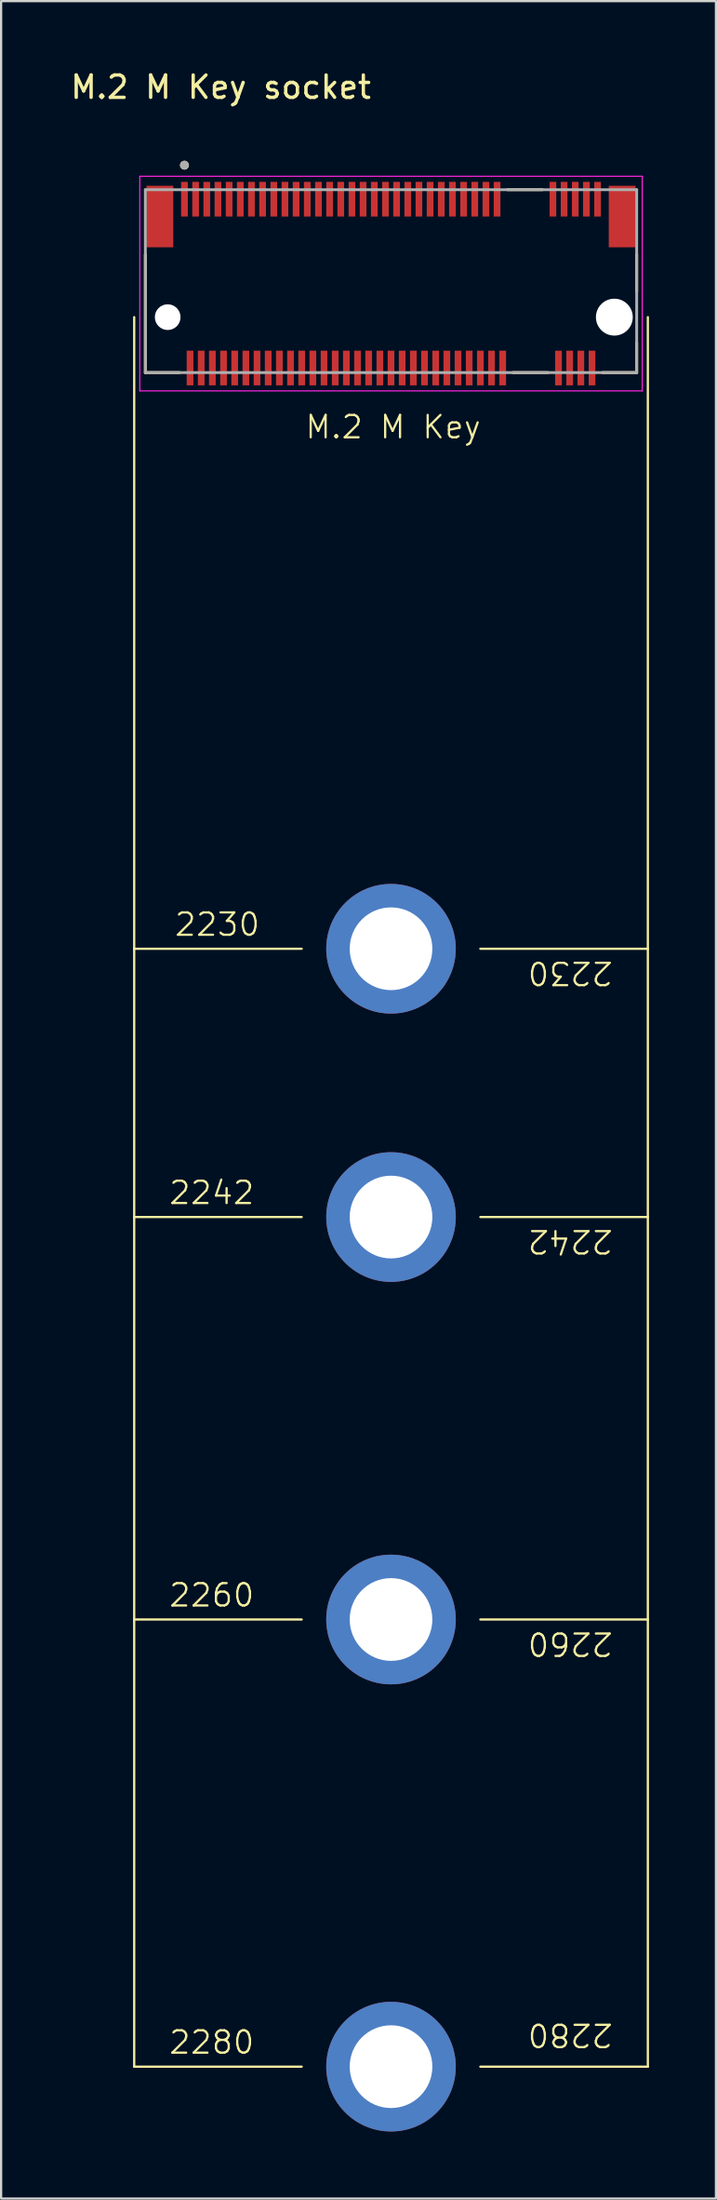
<source format=kicad_pcb>
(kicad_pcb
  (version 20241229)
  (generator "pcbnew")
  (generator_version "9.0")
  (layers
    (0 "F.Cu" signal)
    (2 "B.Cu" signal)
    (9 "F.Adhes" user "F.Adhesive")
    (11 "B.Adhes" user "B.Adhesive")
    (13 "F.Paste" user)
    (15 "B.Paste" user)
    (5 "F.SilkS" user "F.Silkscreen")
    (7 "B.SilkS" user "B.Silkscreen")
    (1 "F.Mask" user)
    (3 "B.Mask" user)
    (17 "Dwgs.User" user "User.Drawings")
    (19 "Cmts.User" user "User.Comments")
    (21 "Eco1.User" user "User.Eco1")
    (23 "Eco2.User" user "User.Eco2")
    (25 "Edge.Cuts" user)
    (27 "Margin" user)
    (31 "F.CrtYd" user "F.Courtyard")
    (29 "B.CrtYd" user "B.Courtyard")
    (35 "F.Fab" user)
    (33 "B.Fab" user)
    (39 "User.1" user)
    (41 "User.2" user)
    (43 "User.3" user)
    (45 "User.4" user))
  (footprint "M.2 M Key socket"
    (layer "F.Cu")
    (at 14.459 11.135)
    (property "Reference" "M.2 M Key socket" (at -7.62 -10.287 0) (layer "F.SilkS") (effects (font (size 1 1) (thickness 0.15))))
    (fp_line (start -11.5 0) (end -11.5 78.25) (stroke (width 0.1) (type default)) (layer "F.SilkS"))
    (fp_line (start -11.5 28.25) (end -4 28.25) (stroke (width 0.1) (type default)) (layer "F.SilkS"))
    (fp_line (start -11.5 40.25) (end -4 40.25) (stroke (width 0.1) (type default)) (layer "F.SilkS"))
    (fp_line (start -11.5 58.25) (end -4 58.25) (stroke (width 0.1) (type default)) (layer "F.SilkS"))
    (fp_line (start -11.5 78.25) (end -4 78.25) (stroke (width 0.1) (type default)) (layer "F.SilkS"))
    (fp_line (start -11 2.48) (end -11 -2.805) (stroke (width 0.127) (type solid)) (layer "F.SilkS"))
    (fp_line (start -9.47 2.48) (end -11 2.48) (stroke (width 0.127) (type solid)) (layer "F.SilkS"))
    (fp_line (start 4 28.25) (end 11.5 28.25) (stroke (width 0.1) (type default)) (layer "F.SilkS"))
    (fp_line (start 4 40.25) (end 11.5 40.25) (stroke (width 0.1) (type default)) (layer "F.SilkS"))
    (fp_line (start 4 58.25) (end 11.5 58.25) (stroke (width 0.1) (type default)) (layer "F.SilkS"))
    (fp_line (start 4 78.25) (end 11.5 78.25) (stroke (width 0.1) (type default)) (layer "F.SilkS"))
    (fp_line (start 5.213 -5.7) (end 6.777 -5.7) (stroke (width 0.127) (type solid)) (layer "F.SilkS"))
    (fp_line (start 5.463 2.48) (end 7.027 2.48) (stroke (width 0.127) (type solid)) (layer "F.SilkS"))
    (fp_line (start 11 -2.805) (end 11 -1.145) (stroke (width 0.127) (type solid)) (layer "F.SilkS"))
    (fp_line (start 11 2.48) (end 9.47 2.48) (stroke (width 0.127) (type solid)) (layer "F.SilkS"))
    (fp_line (start 11 2.48) (end 11 1.145) (stroke (width 0.127) (type solid)) (layer "F.SilkS"))
    (fp_line (start 11.5 78.25) (end 11.5 0) (stroke (width 0.1) (type default)) (layer "F.SilkS"))
    (fp_circle (center -9.25 -6.796) (end -9.15 -6.796) (stroke (width 0.2) (type solid)) (fill no) (layer "F.SilkS"))
    (fp_line (start -11.25 -6.3) (end -11.25 3.3) (stroke (width 0.05) (type solid)) (layer "F.CrtYd"))
    (fp_line (start -11.25 3.3) (end 11.25 3.3) (stroke (width 0.05) (type solid)) (layer "F.CrtYd"))
    (fp_line (start 11.25 -6.3) (end -11.25 -6.3) (stroke (width 0.05) (type solid)) (layer "F.CrtYd"))
    (fp_line (start 11.25 3.3) (end 11.25 -6.3) (stroke (width 0.05) (type solid)) (layer "F.CrtYd"))
    (fp_line (start -11 -5.7) (end 11 -5.7) (stroke (width 0.127) (type solid)) (layer "F.Fab"))
    (fp_line (start -11 2.48) (end -11 -5.7) (stroke (width 0.127) (type solid)) (layer "F.Fab"))
    (fp_line (start 11 -5.7) (end 11 2.48) (stroke (width 0.127) (type solid)) (layer "F.Fab"))
    (fp_line (start 11 2.48) (end -11 2.48) (stroke (width 0.127) (type solid)) (layer "F.Fab"))
    (fp_circle (center -9.25 -6.796) (end -9.15 -6.796) (stroke (width 0.2) (type solid)) (fill no) (layer "F.Fab"))
    (fp_text user "2280" (at -10 77.75 0) (unlocked yes) (layer "F.SilkS") (effects (font (size 1 1) (thickness 0.1)) (justify left bottom)))
    (fp_text user "2260" (at 10 58.75 180) (unlocked yes) (layer "F.SilkS") (effects (font (size 1 1) (thickness 0.1)) (justify left bottom)))
    (fp_text user "M.2 M Key" (at -3.9 5.5 0) (unlocked yes) (layer "F.SilkS") (effects (font (size 1 1) (thickness 0.1)) (justify left bottom)))
    (fp_text user "2242" (at 10 40.75 180) (unlocked yes) (layer "F.SilkS") (effects (font (size 1 1) (thickness 0.1)) (justify left bottom)))
    (fp_text user "2230" (at 10 28.75 180) (unlocked yes) (layer "F.SilkS") (effects (font (size 1 1) (thickness 0.1)) (justify left bottom)))
    (fp_text user "2260" (at -10 57.75 0) (unlocked yes) (layer "F.SilkS") (effects (font (size 1 1) (thickness 0.1)) (justify left bottom)))
    (fp_text user "2242" (at -10 39.75 0) (unlocked yes) (layer "F.SilkS") (effects (font (size 1 1) (thickness 0.1)) (justify left bottom)))
    (fp_text user "2280" (at 10 76.25 180) (unlocked yes) (layer "F.SilkS") (effects (font (size 1 1) (thickness 0.1)) (justify left bottom)))
    (fp_text user "2230" (at -9.75 27.75 0) (unlocked yes) (layer "F.SilkS") (effects (font (size 1 1) (thickness 0.1)) (justify left bottom)))
    (pad "" np_thru_hole circle (at -10 0) (size 1.15 1.15) (drill 1.15) (layers "*.Cu" "*.Mask"))
    (pad "" np_thru_hole circle (at 10 0) (size 1.65 1.65) (drill 1.65) (layers "*.Cu" "*.Mask"))
    (pad "1" smd rect (at -9.25 -5.275) (size 0.3 1.55) (layers "F.Cu" "F.Mask" "F.Paste"))
    (pad "2" smd rect (at -9 2.275) (size 0.3 1.55) (layers "F.Cu" "F.Mask" "F.Paste"))
    (pad "3" smd rect (at -8.75 -5.275) (size 0.3 1.55) (layers "F.Cu" "F.Mask" "F.Paste"))
    (pad "4" smd rect (at -8.5 2.275) (size 0.3 1.55) (layers "F.Cu" "F.Mask" "F.Paste"))
    (pad "5" smd rect (at -8.25 -5.275) (size 0.3 1.55) (layers "F.Cu" "F.Mask" "F.Paste"))
    (pad "6" smd rect (at -8 2.275) (size 0.3 1.55) (layers "F.Cu" "F.Mask" "F.Paste"))
    (pad "7" smd rect (at -7.75 -5.275) (size 0.3 1.55) (layers "F.Cu" "F.Mask" "F.Paste"))
    (pad "8" smd rect (at -7.5 2.275) (size 0.3 1.55) (layers "F.Cu" "F.Mask" "F.Paste"))
    (pad "9" smd rect (at -7.25 -5.275) (size 0.3 1.55) (layers "F.Cu" "F.Mask" "F.Paste"))
    (pad "10" smd rect (at -7 2.275) (size 0.3 1.55) (layers "F.Cu" "F.Mask" "F.Paste"))
    (pad "11" smd rect (at -6.75 -5.275) (size 0.3 1.55) (layers "F.Cu" "F.Mask" "F.Paste"))
    (pad "12" smd rect (at -6.5 2.275) (size 0.3 1.55) (layers "F.Cu" "F.Mask" "F.Paste"))
    (pad "13" smd rect (at -6.25 -5.275) (size 0.3 1.55) (layers "F.Cu" "F.Mask" "F.Paste"))
    (pad "14" smd rect (at -6 2.275) (size 0.3 1.55) (layers "F.Cu" "F.Mask" "F.Paste"))
    (pad "15" smd rect (at -5.75 -5.275) (size 0.3 1.55) (layers "F.Cu" "F.Mask" "F.Paste"))
    (pad "16" smd rect (at -5.5 2.275) (size 0.3 1.55) (layers "F.Cu" "F.Mask" "F.Paste"))
    (pad "17" smd rect (at -5.25 -5.275) (size 0.3 1.55) (layers "F.Cu" "F.Mask" "F.Paste"))
    (pad "18" smd rect (at -5 2.275) (size 0.3 1.55) (layers "F.Cu" "F.Mask" "F.Paste"))
    (pad "19" smd rect (at -4.75 -5.275) (size 0.3 1.55) (layers "F.Cu" "F.Mask" "F.Paste"))
    (pad "20" smd rect (at -4.5 2.275) (size 0.3 1.55) (layers "F.Cu" "F.Mask" "F.Paste"))
    (pad "21" smd rect (at -4.25 -5.275) (size 0.3 1.55) (layers "F.Cu" "F.Mask" "F.Paste"))
    (pad "22" smd rect (at -4 2.275) (size 0.3 1.55) (layers "F.Cu" "F.Mask" "F.Paste"))
    (pad "23" smd rect (at -3.75 -5.275) (size 0.3 1.55) (layers "F.Cu" "F.Mask" "F.Paste"))
    (pad "24" smd rect (at -3.5 2.275) (size 0.3 1.55) (layers "F.Cu" "F.Mask" "F.Paste"))
    (pad "25" smd rect (at -3.25 -5.275) (size 0.3 1.55) (layers "F.Cu" "F.Mask" "F.Paste"))
    (pad "26" smd rect (at -3 2.275) (size 0.3 1.55) (layers "F.Cu" "F.Mask" "F.Paste"))
    (pad "27" smd rect (at -2.75 -5.275) (size 0.3 1.55) (layers "F.Cu" "F.Mask" "F.Paste"))
    (pad "28" smd rect (at -2.5 2.275) (size 0.3 1.55) (layers "F.Cu" "F.Mask" "F.Paste"))
    (pad "29" smd rect (at -2.25 -5.275) (size 0.3 1.55) (layers "F.Cu" "F.Mask" "F.Paste"))
    (pad "30" smd rect (at -2 2.275) (size 0.3 1.55) (layers "F.Cu" "F.Mask" "F.Paste"))
    (pad "31" smd rect (at -1.75 -5.275) (size 0.3 1.55) (layers "F.Cu" "F.Mask" "F.Paste"))
    (pad "32" smd rect (at -1.5 2.275) (size 0.3 1.55) (layers "F.Cu" "F.Mask" "F.Paste"))
    (pad "33" smd rect (at -1.25 -5.275) (size 0.3 1.55) (layers "F.Cu" "F.Mask" "F.Paste"))
    (pad "34" smd rect (at -1 2.275) (size 0.3 1.55) (layers "F.Cu" "F.Mask" "F.Paste"))
    (pad "35" smd rect (at -0.75 -5.275) (size 0.3 1.55) (layers "F.Cu" "F.Mask" "F.Paste"))
    (pad "36" smd rect (at -0.5 2.275) (size 0.3 1.55) (layers "F.Cu" "F.Mask" "F.Paste"))
    (pad "37" smd rect (at -0.25 -5.275) (size 0.3 1.55) (layers "F.Cu" "F.Mask" "F.Paste"))
    (pad "38" smd rect (at 0 2.275) (size 0.3 1.55) (layers "F.Cu" "F.Mask" "F.Paste"))
    (pad "39" smd rect (at 0.25 -5.275) (size 0.3 1.55) (layers "F.Cu" "F.Mask" "F.Paste"))
    (pad "40" smd rect (at 0.5 2.275) (size 0.3 1.55) (layers "F.Cu" "F.Mask" "F.Paste"))
    (pad "41" smd rect (at 0.75 -5.275) (size 0.3 1.55) (layers "F.Cu" "F.Mask" "F.Paste"))
    (pad "42" smd rect (at 1 2.275) (size 0.3 1.55) (layers "F.Cu" "F.Mask" "F.Paste"))
    (pad "43" smd rect (at 1.25 -5.275) (size 0.3 1.55) (layers "F.Cu" "F.Mask" "F.Paste"))
    (pad "44" smd rect (at 1.5 2.275) (size 0.3 1.55) (layers "F.Cu" "F.Mask" "F.Paste"))
    (pad "45" smd rect (at 1.75 -5.275) (size 0.3 1.55) (layers "F.Cu" "F.Mask" "F.Paste"))
    (pad "46" smd rect (at 2 2.275) (size 0.3 1.55) (layers "F.Cu" "F.Mask" "F.Paste"))
    (pad "47" smd rect (at 2.25 -5.275) (size 0.3 1.55) (layers "F.Cu" "F.Mask" "F.Paste"))
    (pad "48" smd rect (at 2.5 2.275) (size 0.3 1.55) (layers "F.Cu" "F.Mask" "F.Paste"))
    (pad "49" smd rect (at 2.75 -5.275) (size 0.3 1.55) (layers "F.Cu" "F.Mask" "F.Paste"))
    (pad "50" smd rect (at 3 2.275) (size 0.3 1.55) (layers "F.Cu" "F.Mask" "F.Paste"))
    (pad "51" smd rect (at 3.25 -5.275) (size 0.3 1.55) (layers "F.Cu" "F.Mask" "F.Paste"))
    (pad "52" smd rect (at 3.5 2.275) (size 0.3 1.55) (layers "F.Cu" "F.Mask" "F.Paste"))
    (pad "53" smd rect (at 3.75 -5.275) (size 0.3 1.55) (layers "F.Cu" "F.Mask" "F.Paste"))
    (pad "54" smd rect (at 4 2.275) (size 0.3 1.55) (layers "F.Cu" "F.Mask" "F.Paste"))
    (pad "55" smd rect (at 4.25 -5.275) (size 0.3 1.55) (layers "F.Cu" "F.Mask" "F.Paste"))
    (pad "56" smd rect (at 4.5 2.275) (size 0.3 1.55) (layers "F.Cu" "F.Mask" "F.Paste"))
    (pad "57" smd rect (at 4.75 -5.275) (size 0.3 1.55) (layers "F.Cu" "F.Mask" "F.Paste"))
    (pad "58" smd rect (at 5 2.275) (size 0.3 1.55) (layers "F.Cu" "F.Mask" "F.Paste"))
    (pad "67" smd rect (at 7.25 -5.275) (size 0.3 1.55) (layers "F.Cu" "F.Mask" "F.Paste"))
    (pad "68" smd rect (at 7.5 2.275) (size 0.3 1.55) (layers "F.Cu" "F.Mask" "F.Paste"))
    (pad "69" smd rect (at 7.75 -5.275) (size 0.3 1.55) (layers "F.Cu" "F.Mask" "F.Paste"))
    (pad "70" smd rect (at 8 2.275) (size 0.3 1.55) (layers "F.Cu" "F.Mask" "F.Paste"))
    (pad "71" smd rect (at 8.25 -5.275) (size 0.3 1.55) (layers "F.Cu" "F.Mask" "F.Paste"))
    (pad "72" smd rect (at 8.5 2.275) (size 0.3 1.55) (layers "F.Cu" "F.Mask" "F.Paste"))
    (pad "73" smd rect (at 8.75 -5.275) (size 0.3 1.55) (layers "F.Cu" "F.Mask" "F.Paste"))
    (pad "74" smd rect (at 9 2.275) (size 0.3 1.55) (layers "F.Cu" "F.Mask" "F.Paste"))
    (pad "75" smd rect (at 9.25 -5.275) (size 0.3 1.55) (layers "F.Cu" "F.Mask" "F.Paste"))
    (pad "M1" thru_hole circle (at 0 28.25) (size 5.8 5.8) (drill 3.7) (layers "*.Cu" "*.Mask"))
    (pad "M2" thru_hole circle (at 0 40.25) (size 5.8 5.8) (drill 3.7) (layers "*.Cu" "*.Mask"))
    (pad "M3" thru_hole circle (at 0 58.25) (size 5.8 5.8) (drill 3.7) (layers "*.Cu" "*.Mask"))
    (pad "M4" thru_hole circle (at 0 78.25) (size 5.8 5.8) (drill 3.7) (layers "*.Cu" "*.Mask"))
    (pad "S1" smd rect (at -10.35 -4.5) (size 1.2 2.75) (layers "F.Cu" "F.Mask" "F.Paste"))
    (pad "S2" smd rect (at 10.35 -4.5) (size 1.2 2.75) (layers "F.Cu" "F.Mask" "F.Paste")))
  (gr_rect
    (start -3 -3)
    (end 29.009 95.285)
    (stroke (width 0.1) (type default))
    (fill no)
    (layer "Edge.Cuts")))
</source>
